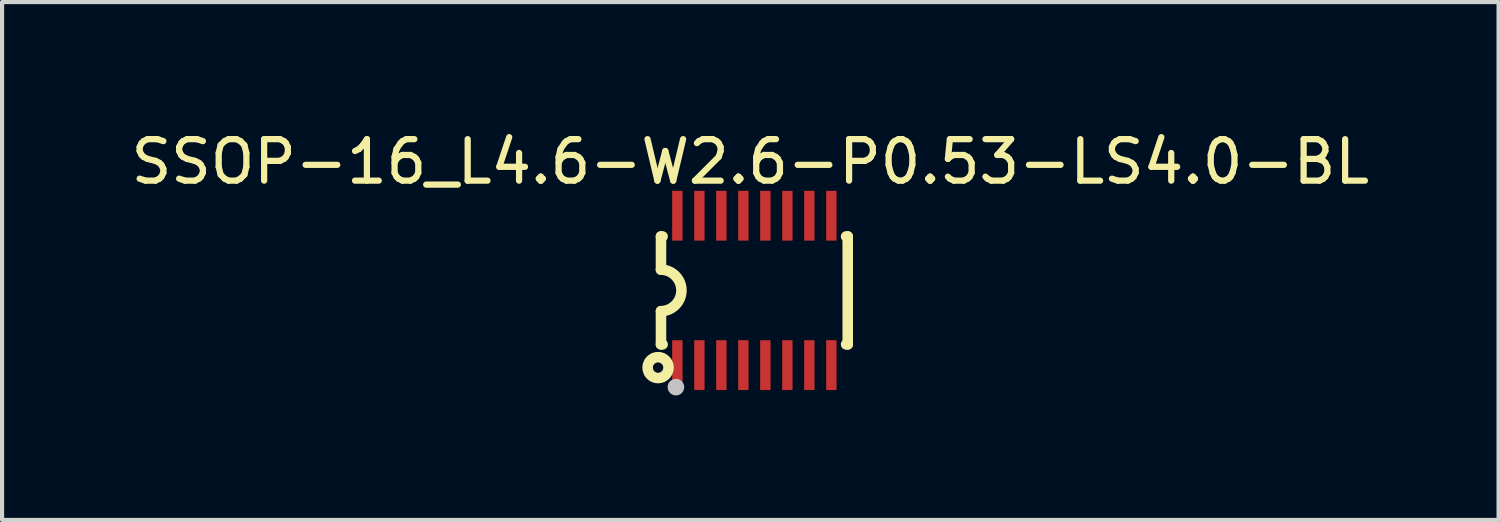
<source format=kicad_pcb>
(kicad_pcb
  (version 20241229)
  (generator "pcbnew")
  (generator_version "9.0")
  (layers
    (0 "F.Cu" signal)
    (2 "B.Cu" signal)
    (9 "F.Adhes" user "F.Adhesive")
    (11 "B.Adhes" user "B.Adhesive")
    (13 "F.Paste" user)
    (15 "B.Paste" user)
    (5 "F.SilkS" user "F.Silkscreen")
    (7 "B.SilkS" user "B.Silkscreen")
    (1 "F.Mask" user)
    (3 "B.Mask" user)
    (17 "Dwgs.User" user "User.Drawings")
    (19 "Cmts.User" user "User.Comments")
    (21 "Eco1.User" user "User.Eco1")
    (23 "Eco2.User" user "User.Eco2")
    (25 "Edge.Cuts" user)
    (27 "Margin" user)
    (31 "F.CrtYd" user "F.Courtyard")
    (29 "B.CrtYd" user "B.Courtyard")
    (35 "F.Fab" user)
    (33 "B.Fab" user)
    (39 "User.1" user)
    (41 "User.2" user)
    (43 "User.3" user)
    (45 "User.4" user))
  (footprint "SSOP-16_L4.6-W2.6-P0.53-LS4.0-BL"
    (layer "F.Cu")
    (at 15.127 3.948)
    (property "Reference" "SSOP-16_L4.6-W2.6-P0.53-LS4.0-BL" (at -0.098 -3.1 0) (unlocked yes) (layer "F.SilkS") (effects (font (size 1 1) (thickness 0.15))))
    (fp_line (start -2.25 -1.3) (end -2.25 -0.5) (stroke (width 0.254) (type default)) (layer "F.SilkS"))
    (fp_line (start -2.25 -1.3) (end -2.211 -1.3) (stroke (width 0.254) (type default)) (layer "F.SilkS"))
    (fp_line (start -2.25 1.3) (end -2.25 0.5) (stroke (width 0.254) (type default)) (layer "F.SilkS"))
    (fp_line (start -2.25 1.3) (end -2.211 1.3) (stroke (width 0.254) (type default)) (layer "F.SilkS"))
    (fp_line (start 2.211 -1.3) (end 2.25 -1.3) (stroke (width 0.254) (type default)) (layer "F.SilkS"))
    (fp_line (start 2.25 -1.3) (end 2.25 1.3) (stroke (width 0.254) (type default)) (layer "F.SilkS"))
    (fp_line (start 2.25 1.3) (end 2.211 1.3) (stroke (width 0.254) (type default)) (layer "F.SilkS"))
    (fp_arc (start -2.2505 -0.5005) (mid -1.753488 -0.000252) (end -2.25 0.5) (stroke (width 0.254) (type default)) (layer "F.SilkS"))
    (fp_circle (center -2.32 1.86) (end -2.195 1.86) (stroke (width 0.254) (type default)) (fill no) (layer "F.SilkS"))
    (fp_circle (center -1.89 2.33) (end -1.79 2.33) (stroke (width 0.2) (type default)) (fill no) (layer "Dwgs.User"))
    (fp_poly (pts (xy -1.96 -1.5) (xy -1.96 -2) (xy -1.75 -2) (xy -1.75 -1.5)) (stroke (width 0.1) (type default)) (fill no) (layer "User.1"))
    (fp_poly (pts (xy -1.96 -1.29) (xy -1.96 -1.51) (xy -1.75 -1.51) (xy -1.75 -1.29)) (stroke (width 0.1) (type default)) (fill no) (layer "User.1"))
    (fp_poly (pts (xy -1.96 1.51) (xy -1.96 1.29) (xy -1.75 1.29) (xy -1.75 1.51)) (stroke (width 0.1) (type default)) (fill no) (layer "User.1"))
    (fp_poly (pts (xy -1.96 2) (xy -1.96 1.5) (xy -1.75 1.5) (xy -1.75 2)) (stroke (width 0.1) (type default)) (fill no) (layer "User.1"))
    (fp_poly (pts (xy -1.43 -1.5) (xy -1.43 -2) (xy -1.22 -2) (xy -1.22 -1.5)) (stroke (width 0.1) (type default)) (fill no) (layer "User.1"))
    (fp_poly (pts (xy -1.43 -1.29) (xy -1.43 -1.51) (xy -1.22 -1.51) (xy -1.22 -1.29)) (stroke (width 0.1) (type default)) (fill no) (layer "User.1"))
    (fp_poly (pts (xy -1.43 1.51) (xy -1.43 1.29) (xy -1.22 1.29) (xy -1.22 1.51)) (stroke (width 0.1) (type default)) (fill no) (layer "User.1"))
    (fp_poly (pts (xy -1.43 2) (xy -1.43 1.5) (xy -1.22 1.5) (xy -1.22 2)) (stroke (width 0.1) (type default)) (fill no) (layer "User.1"))
    (fp_poly (pts (xy -0.9 -1.5) (xy -0.9 -2) (xy -0.69 -2) (xy -0.69 -1.5)) (stroke (width 0.1) (type default)) (fill no) (layer "User.1"))
    (fp_poly (pts (xy -0.9 -1.29) (xy -0.9 -1.51) (xy -0.69 -1.51) (xy -0.69 -1.29)) (stroke (width 0.1) (type default)) (fill no) (layer "User.1"))
    (fp_poly (pts (xy -0.9 1.51) (xy -0.9 1.29) (xy -0.69 1.29) (xy -0.69 1.51)) (stroke (width 0.1) (type default)) (fill no) (layer "User.1"))
    (fp_poly (pts (xy -0.9 2) (xy -0.9 1.5) (xy -0.69 1.5) (xy -0.69 2)) (stroke (width 0.1) (type default)) (fill no) (layer "User.1"))
    (fp_poly (pts (xy -0.37 -1.5) (xy -0.37 -2) (xy -0.16 -2) (xy -0.16 -1.5)) (stroke (width 0.1) (type default)) (fill no) (layer "User.1"))
    (fp_poly (pts (xy -0.37 -1.29) (xy -0.37 -1.51) (xy -0.16 -1.51) (xy -0.16 -1.29)) (stroke (width 0.1) (type default)) (fill no) (layer "User.1"))
    (fp_poly (pts (xy -0.37 1.51) (xy -0.37 1.29) (xy -0.16 1.29) (xy -0.16 1.51)) (stroke (width 0.1) (type default)) (fill no) (layer "User.1"))
    (fp_poly (pts (xy -0.37 2) (xy -0.37 1.5) (xy -0.16 1.5) (xy -0.16 2)) (stroke (width 0.1) (type default)) (fill no) (layer "User.1"))
    (fp_poly (pts (xy 0.16 -1.5) (xy 0.16 -2) (xy 0.37 -2) (xy 0.37 -1.5)) (stroke (width 0.1) (type default)) (fill no) (layer "User.1"))
    (fp_poly (pts (xy 0.16 -1.29) (xy 0.16 -1.51) (xy 0.37 -1.51) (xy 0.37 -1.29)) (stroke (width 0.1) (type default)) (fill no) (layer "User.1"))
    (fp_poly (pts (xy 0.16 1.51) (xy 0.16 1.29) (xy 0.37 1.29) (xy 0.37 1.51)) (stroke (width 0.1) (type default)) (fill no) (layer "User.1"))
    (fp_poly (pts (xy 0.16 2) (xy 0.16 1.5) (xy 0.37 1.5) (xy 0.37 2)) (stroke (width 0.1) (type default)) (fill no) (layer "User.1"))
    (fp_poly (pts (xy 0.69 -1.5) (xy 0.69 -2) (xy 0.9 -2) (xy 0.9 -1.5)) (stroke (width 0.1) (type default)) (fill no) (layer "User.1"))
    (fp_poly (pts (xy 0.69 -1.29) (xy 0.69 -1.51) (xy 0.9 -1.51) (xy 0.9 -1.29)) (stroke (width 0.1) (type default)) (fill no) (layer "User.1"))
    (fp_poly (pts (xy 0.69 1.51) (xy 0.69 1.29) (xy 0.9 1.29) (xy 0.9 1.51)) (stroke (width 0.1) (type default)) (fill no) (layer "User.1"))
    (fp_poly (pts (xy 0.69 2) (xy 0.69 1.5) (xy 0.9 1.5) (xy 0.9 2)) (stroke (width 0.1) (type default)) (fill no) (layer "User.1"))
    (fp_poly (pts (xy 1.22 -1.5) (xy 1.22 -2) (xy 1.43 -2) (xy 1.43 -1.5)) (stroke (width 0.1) (type default)) (fill no) (layer "User.1"))
    (fp_poly (pts (xy 1.22 -1.29) (xy 1.22 -1.51) (xy 1.43 -1.51) (xy 1.43 -1.29)) (stroke (width 0.1) (type default)) (fill no) (layer "User.1"))
    (fp_poly (pts (xy 1.22 1.51) (xy 1.22 1.29) (xy 1.43 1.29) (xy 1.43 1.51)) (stroke (width 0.1) (type default)) (fill no) (layer "User.1"))
    (fp_poly (pts (xy 1.22 2) (xy 1.22 1.5) (xy 1.43 1.5) (xy 1.43 2)) (stroke (width 0.1) (type default)) (fill no) (layer "User.1"))
    (fp_poly (pts (xy 1.75 -1.5) (xy 1.75 -2) (xy 1.96 -2) (xy 1.96 -1.5)) (stroke (width 0.1) (type default)) (fill no) (layer "User.1"))
    (fp_poly (pts (xy 1.75 -1.29) (xy 1.75 -1.51) (xy 1.96 -1.51) (xy 1.96 -1.29)) (stroke (width 0.1) (type default)) (fill no) (layer "User.1"))
    (fp_poly (pts (xy 1.75 1.51) (xy 1.75 1.29) (xy 1.96 1.29) (xy 1.96 1.51)) (stroke (width 0.1) (type default)) (fill no) (layer "User.1"))
    (fp_poly (pts (xy 1.75 2) (xy 1.75 1.5) (xy 1.96 1.5) (xy 1.96 2)) (stroke (width 0.1) (type default)) (fill no) (layer "User.1"))
    (fp_line (start -2.3 -1.3) (end 2.3 -1.3) (stroke (width 0.051) (type default)) (layer "User.2"))
    (fp_line (start -2.3 1.3) (end -2.3 -1.3) (stroke (width 0.051) (type default)) (layer "User.2"))
    (fp_line (start 2.3 -1.3) (end 2.3 1.3) (stroke (width 0.051) (type default)) (layer "User.2"))
    (fp_line (start 2.3 1.3) (end -2.3 1.3) (stroke (width 0.051) (type default)) (layer "User.2"))
    (fp_poly (pts (xy -2.21 1.97) (xy -2.228 1.928) (xy -2.27 1.91) (xy -2.312 1.928) (xy -2.33 1.97) (xy -2.312 2.012) (xy -2.27 2.03) (xy -2.228 2.012)) (stroke (width 0.1) (type default)) (fill no) (layer "User.3"))
    (pad "1" smd rect (at -1.855 1.8 90) (size 1.2 0.25) (layers "F.Cu" "F.Mask" "F.Paste"))
    (pad "2" smd rect (at -1.325 1.8 90) (size 1.2 0.25) (layers "F.Cu" "F.Mask" "F.Paste"))
    (pad "3" smd rect (at -0.795 1.8 90) (size 1.2 0.25) (layers "F.Cu" "F.Mask" "F.Paste"))
    (pad "4" smd rect (at -0.265 1.8 90) (size 1.2 0.25) (layers "F.Cu" "F.Mask" "F.Paste"))
    (pad "5" smd rect (at 0.265 1.8 90) (size 1.2 0.25) (layers "F.Cu" "F.Mask" "F.Paste"))
    (pad "6" smd rect (at 0.795 1.8 90) (size 1.2 0.25) (layers "F.Cu" "F.Mask" "F.Paste"))
    (pad "7" smd rect (at 1.325 1.8 90) (size 1.2 0.25) (layers "F.Cu" "F.Mask" "F.Paste"))
    (pad "8" smd rect (at 1.855 1.8 90) (size 1.2 0.25) (layers "F.Cu" "F.Mask" "F.Paste"))
    (pad "9" smd rect (at 1.855 -1.8 90) (size 1.2 0.25) (layers "F.Cu" "F.Mask" "F.Paste"))
    (pad "10" smd rect (at 1.325 -1.8 90) (size 1.2 0.25) (layers "F.Cu" "F.Mask" "F.Paste"))
    (pad "11" smd rect (at 0.795 -1.8 90) (size 1.2 0.25) (layers "F.Cu" "F.Mask" "F.Paste"))
    (pad "12" smd rect (at 0.265 -1.8 90) (size 1.2 0.25) (layers "F.Cu" "F.Mask" "F.Paste"))
    (pad "13" smd rect (at -0.265 -1.8 90) (size 1.2 0.25) (layers "F.Cu" "F.Mask" "F.Paste"))
    (pad "14" smd rect (at -0.795 -1.8 90) (size 1.2 0.25) (layers "F.Cu" "F.Mask" "F.Paste"))
    (pad "15" smd rect (at -1.325 -1.8 90) (size 1.2 0.25) (layers "F.Cu" "F.Mask" "F.Paste"))
    (pad "16" smd rect (at -1.855 -1.8 90) (size 1.2 0.25) (layers "F.Cu" "F.Mask" "F.Paste")))
  (gr_rect
    (start -3 -3)
    (end 33.06 9.478)
    (stroke (width 0.1) (type default))
    (fill no)
    (layer "Edge.Cuts")))
</source>
